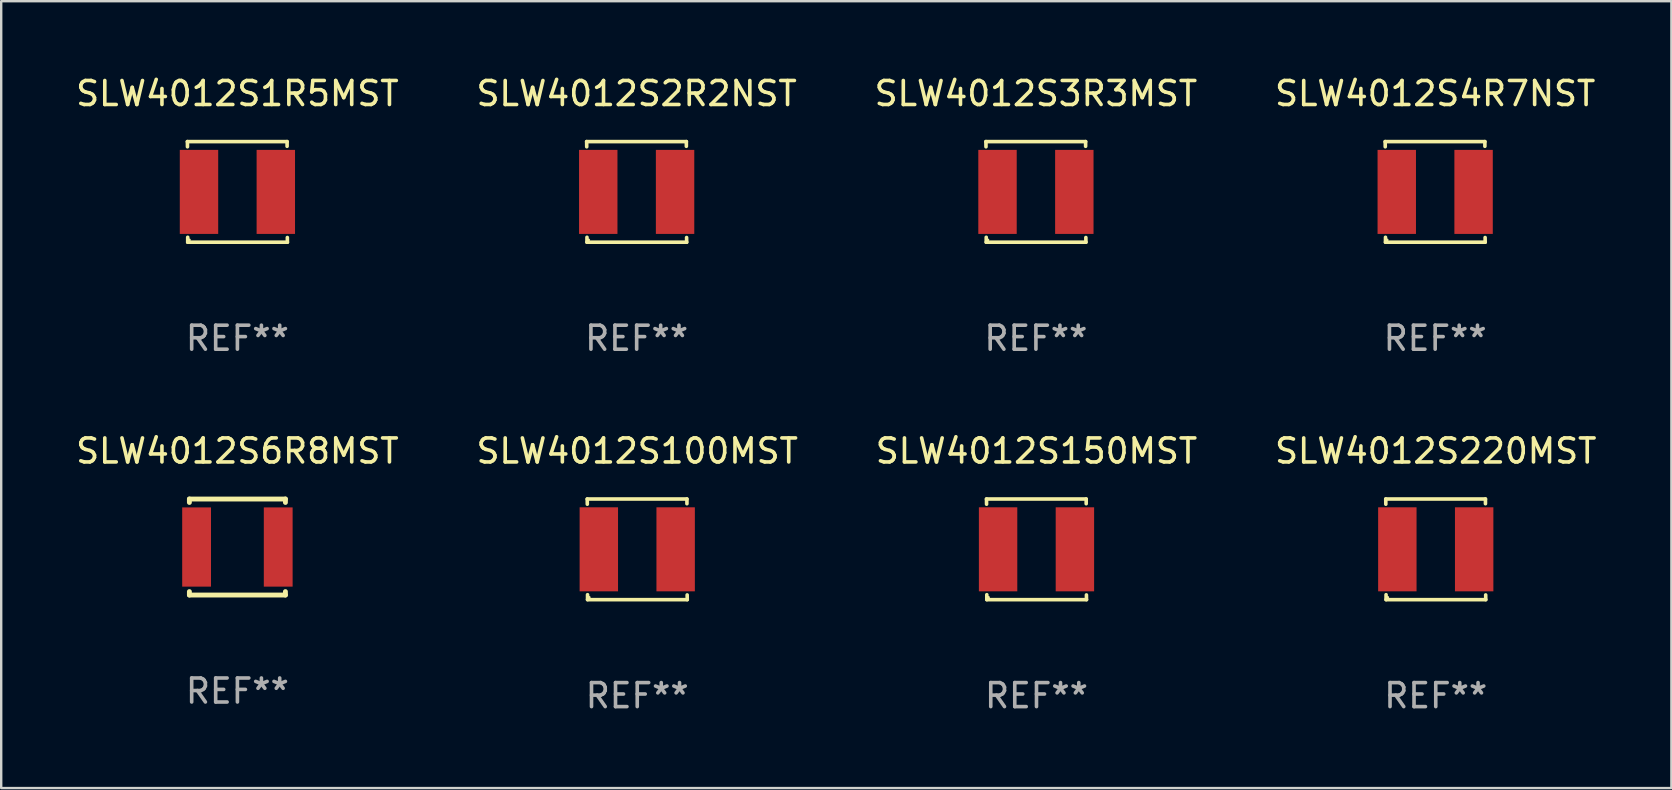
<source format=kicad_pcb>
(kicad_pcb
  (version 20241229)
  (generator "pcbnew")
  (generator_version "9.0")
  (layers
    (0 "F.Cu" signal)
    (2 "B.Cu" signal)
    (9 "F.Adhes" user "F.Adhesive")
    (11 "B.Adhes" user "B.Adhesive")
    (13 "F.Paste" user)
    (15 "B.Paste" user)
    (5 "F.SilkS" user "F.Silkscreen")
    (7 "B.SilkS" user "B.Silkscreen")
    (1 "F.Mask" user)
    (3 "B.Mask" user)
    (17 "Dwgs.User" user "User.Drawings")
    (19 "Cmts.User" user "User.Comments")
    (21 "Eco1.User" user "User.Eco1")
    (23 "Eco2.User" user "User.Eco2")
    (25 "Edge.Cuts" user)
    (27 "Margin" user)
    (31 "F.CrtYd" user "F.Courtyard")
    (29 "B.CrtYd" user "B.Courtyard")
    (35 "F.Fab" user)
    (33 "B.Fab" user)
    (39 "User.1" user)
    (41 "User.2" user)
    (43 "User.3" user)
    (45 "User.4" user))
  (footprint "SLW4012S100MST"
    (layer "F.Cu")
    (at 23.494 19.832)
    (property "Reference" "SLW4012S100MST" (at 0 -4.096 0) (layer "F.SilkS") (effects (font (size 1 1) (thickness 0.15))))
    (attr through_hole)
    (fp_line (start -2.083 -2.096) (end -2.08 -1.88) (stroke (width 0.15) (type solid)) (layer "F.SilkS"))
    (fp_line (start -2.07 1.89) (end -2.07 2.096) (stroke (width 0.15) (type solid)) (layer "F.SilkS"))
    (fp_line (start -2.07 2.096) (end 2.083 2.096) (stroke (width 0.15) (type solid)) (layer "F.SilkS"))
    (fp_line (start 2.07 -1.9) (end 2.07 -2.096) (stroke (width 0.15) (type solid)) (layer "F.SilkS"))
    (fp_line (start 2.07 -2.096) (end -2.083 -2.096) (stroke (width 0.15) (type solid)) (layer "F.SilkS"))
    (fp_line (start 2.083 2.096) (end 2.08 1.9) (stroke (width 0.15) (type solid)) (layer "F.SilkS"))
    (fp_circle (center -2 2) (end -1.97 2) (stroke (width 0.06) (type solid)) (fill no) (layer "F.SilkS"))
    (fp_text user "REF**" (at 0 6.096 0) (layer "F.Fab") (effects (font (size 1 1) (thickness 0.15))))
    (pad "1" smd rect (at -1.6 -0.000343) (size 1.6 3.5) (layers "F.Cu" "F.Mask" "F.Paste"))
    (pad "2" smd rect (at 1.6 -0.000343) (size 1.6 3.5) (layers "F.Cu" "F.Mask" "F.Paste")))
  (footprint "SLW4012S220MST"
    (layer "F.Cu")
    (at 56.756 19.832)
    (property "Reference" "SLW4012S220MST" (at 0 -4.096 0) (layer "F.SilkS") (effects (font (size 1 1) (thickness 0.15))))
    (attr through_hole)
    (fp_line (start -2.083 -2.096) (end -2.08 -1.88) (stroke (width 0.15) (type solid)) (layer "F.SilkS"))
    (fp_line (start -2.07 1.89) (end -2.07 2.096) (stroke (width 0.15) (type solid)) (layer "F.SilkS"))
    (fp_line (start -2.07 2.096) (end 2.083 2.096) (stroke (width 0.15) (type solid)) (layer "F.SilkS"))
    (fp_line (start 2.07 -1.9) (end 2.07 -2.096) (stroke (width 0.15) (type solid)) (layer "F.SilkS"))
    (fp_line (start 2.07 -2.096) (end -2.083 -2.096) (stroke (width 0.15) (type solid)) (layer "F.SilkS"))
    (fp_line (start 2.083 2.096) (end 2.08 1.9) (stroke (width 0.15) (type solid)) (layer "F.SilkS"))
    (fp_circle (center -2 2) (end -1.97 2) (stroke (width 0.06) (type solid)) (fill no) (layer "F.SilkS"))
    (fp_text user "REF**" (at 0 6.096 0) (layer "F.Fab") (effects (font (size 1 1) (thickness 0.15))))
    (pad "1" smd rect (at -1.6 -0.000343) (size 1.6 3.5) (layers "F.Cu" "F.Mask" "F.Paste"))
    (pad "2" smd rect (at 1.6 -0.000343) (size 1.6 3.5) (layers "F.Cu" "F.Mask" "F.Paste")))
  (footprint "SLW4012S6R8MST"
    (layer "F.Cu")
    (at 6.839 19.736)
    (property "Reference" "SLW4012S6R8MST" (at 0 -4 0) (layer "F.SilkS") (effects (font (size 1 1) (thickness 0.15))))
    (attr through_hole)
    (fp_line (start -2 -2) (end 2 -2) (stroke (width 0.203) (type solid)) (layer "F.SilkS"))
    (fp_line (start -2 -1.856) (end -2 -2) (stroke (width 0.203) (type solid)) (layer "F.SilkS"))
    (fp_line (start -2 2) (end -2 1.856) (stroke (width 0.203) (type solid)) (layer "F.SilkS"))
    (fp_line (start -2 2) (end 2 2) (stroke (width 0.203) (type solid)) (layer "F.SilkS"))
    (fp_line (start 2 -2) (end 2 -1.856) (stroke (width 0.203) (type solid)) (layer "F.SilkS"))
    (fp_line (start 2 1.856) (end 2 2) (stroke (width 0.203) (type solid)) (layer "F.SilkS"))
    (fp_circle (center -2 2) (end -1.97 2) (stroke (width 0.06) (type solid)) (fill no) (layer "F.SilkS"))
    (fp_text user "REF**" (at 0 6 0) (layer "F.Fab") (effects (font (size 1 1) (thickness 0.15))))
    (pad "1" smd rect (at -1.7 0 90) (size 3.3 1.2) (layers "F.Cu" "F.Mask" "F.Paste"))
    (pad "2" smd rect (at 1.7 0 90) (size 3.3 1.2) (layers "F.Cu" "F.Mask" "F.Paste")))
  (footprint "SLW4012S2R2NST"
    (layer "F.Cu")
    (at 23.47 4.944)
    (property "Reference" "SLW4012S2R2NST" (at 0 -4.096 0) (layer "F.SilkS") (effects (font (size 1 1) (thickness 0.15))))
    (attr through_hole)
    (fp_line (start -2.083 -2.096) (end -2.08 -1.88) (stroke (width 0.15) (type solid)) (layer "F.SilkS"))
    (fp_line (start -2.07 1.89) (end -2.07 2.096) (stroke (width 0.15) (type solid)) (layer "F.SilkS"))
    (fp_line (start -2.07 2.096) (end 2.083 2.096) (stroke (width 0.15) (type solid)) (layer "F.SilkS"))
    (fp_line (start 2.07 -1.9) (end 2.07 -2.096) (stroke (width 0.15) (type solid)) (layer "F.SilkS"))
    (fp_line (start 2.07 -2.096) (end -2.083 -2.096) (stroke (width 0.15) (type solid)) (layer "F.SilkS"))
    (fp_line (start 2.083 2.096) (end 2.08 1.9) (stroke (width 0.15) (type solid)) (layer "F.SilkS"))
    (fp_circle (center -2 2) (end -1.97 2) (stroke (width 0.06) (type solid)) (fill no) (layer "F.SilkS"))
    (fp_text user "REF**" (at 0 6.096 0) (layer "F.Fab") (effects (font (size 1 1) (thickness 0.15))))
    (pad "1" smd rect (at -1.6 -0.000343) (size 1.6 3.5) (layers "F.Cu" "F.Mask" "F.Paste"))
    (pad "2" smd rect (at 1.6 -0.000343) (size 1.6 3.5) (layers "F.Cu" "F.Mask" "F.Paste")))
  (footprint "SLW4012S3R3MST"
    (layer "F.Cu")
    (at 40.101 4.944)
    (property "Reference" "SLW4012S3R3MST" (at 0 -4.096 0) (layer "F.SilkS") (effects (font (size 1 1) (thickness 0.15))))
    (attr through_hole)
    (fp_line (start -2.083 -2.096) (end -2.08 -1.88) (stroke (width 0.15) (type solid)) (layer "F.SilkS"))
    (fp_line (start -2.07 1.89) (end -2.07 2.096) (stroke (width 0.15) (type solid)) (layer "F.SilkS"))
    (fp_line (start -2.07 2.096) (end 2.083 2.096) (stroke (width 0.15) (type solid)) (layer "F.SilkS"))
    (fp_line (start 2.07 -1.9) (end 2.07 -2.096) (stroke (width 0.15) (type solid)) (layer "F.SilkS"))
    (fp_line (start 2.07 -2.096) (end -2.083 -2.096) (stroke (width 0.15) (type solid)) (layer "F.SilkS"))
    (fp_line (start 2.083 2.096) (end 2.08 1.9) (stroke (width 0.15) (type solid)) (layer "F.SilkS"))
    (fp_circle (center -2 2) (end -1.97 2) (stroke (width 0.06) (type solid)) (fill no) (layer "F.SilkS"))
    (fp_text user "REF**" (at 0 6.096 0) (layer "F.Fab") (effects (font (size 1 1) (thickness 0.15))))
    (pad "1" smd rect (at -1.6 -0.000343) (size 1.6 3.5) (layers "F.Cu" "F.Mask" "F.Paste"))
    (pad "2" smd rect (at 1.6 -0.000343) (size 1.6 3.5) (layers "F.Cu" "F.Mask" "F.Paste")))
  (footprint "SLW4012S4R7NST"
    (layer "F.Cu")
    (at 56.732 4.944)
    (property "Reference" "SLW4012S4R7NST" (at 0 -4.096 0) (layer "F.SilkS") (effects (font (size 1 1) (thickness 0.15))))
    (attr through_hole)
    (fp_line (start -2.083 -2.096) (end -2.08 -1.88) (stroke (width 0.15) (type solid)) (layer "F.SilkS"))
    (fp_line (start -2.07 1.89) (end -2.07 2.096) (stroke (width 0.15) (type solid)) (layer "F.SilkS"))
    (fp_line (start -2.07 2.096) (end 2.083 2.096) (stroke (width 0.15) (type solid)) (layer "F.SilkS"))
    (fp_line (start 2.07 -1.9) (end 2.07 -2.096) (stroke (width 0.15) (type solid)) (layer "F.SilkS"))
    (fp_line (start 2.07 -2.096) (end -2.083 -2.096) (stroke (width 0.15) (type solid)) (layer "F.SilkS"))
    (fp_line (start 2.083 2.096) (end 2.08 1.9) (stroke (width 0.15) (type solid)) (layer "F.SilkS"))
    (fp_circle (center -2 2) (end -1.97 2) (stroke (width 0.06) (type solid)) (fill no) (layer "F.SilkS"))
    (fp_text user "REF**" (at 0 6.096 0) (layer "F.Fab") (effects (font (size 1 1) (thickness 0.15))))
    (pad "1" smd rect (at -1.6 -0.000343) (size 1.6 3.5) (layers "F.Cu" "F.Mask" "F.Paste"))
    (pad "2" smd rect (at 1.6 -0.000343) (size 1.6 3.5) (layers "F.Cu" "F.Mask" "F.Paste")))
  (footprint "SLW4012S150MST"
    (layer "F.Cu")
    (at 40.125 19.832)
    (property "Reference" "SLW4012S150MST" (at 0 -4.096 0) (layer "F.SilkS") (effects (font (size 1 1) (thickness 0.15))))
    (attr through_hole)
    (fp_line (start -2.083 -2.096) (end -2.08 -1.88) (stroke (width 0.15) (type solid)) (layer "F.SilkS"))
    (fp_line (start -2.07 1.89) (end -2.07 2.096) (stroke (width 0.15) (type solid)) (layer "F.SilkS"))
    (fp_line (start -2.07 2.096) (end 2.083 2.096) (stroke (width 0.15) (type solid)) (layer "F.SilkS"))
    (fp_line (start 2.07 -1.9) (end 2.07 -2.096) (stroke (width 0.15) (type solid)) (layer "F.SilkS"))
    (fp_line (start 2.07 -2.096) (end -2.083 -2.096) (stroke (width 0.15) (type solid)) (layer "F.SilkS"))
    (fp_line (start 2.083 2.096) (end 2.08 1.9) (stroke (width 0.15) (type solid)) (layer "F.SilkS"))
    (fp_circle (center -2 2) (end -1.97 2) (stroke (width 0.06) (type solid)) (fill no) (layer "F.SilkS"))
    (fp_text user "REF**" (at 0 6.096 0) (layer "F.Fab") (effects (font (size 1 1) (thickness 0.15))))
    (pad "1" smd rect (at -1.6 -0.000343) (size 1.6 3.5) (layers "F.Cu" "F.Mask" "F.Paste"))
    (pad "2" smd rect (at 1.6 -0.000343) (size 1.6 3.5) (layers "F.Cu" "F.Mask" "F.Paste")))
  (footprint "SLW4012S1R5MST"
    (layer "F.Cu")
    (at 6.839 4.944)
    (property "Reference" "SLW4012S1R5MST" (at 0 -4.096 0) (layer "F.SilkS") (effects (font (size 1 1) (thickness 0.15))))
    (attr through_hole)
    (fp_line (start -2.083 -2.096) (end -2.08 -1.88) (stroke (width 0.15) (type solid)) (layer "F.SilkS"))
    (fp_line (start -2.07 1.89) (end -2.07 2.096) (stroke (width 0.15) (type solid)) (layer "F.SilkS"))
    (fp_line (start -2.07 2.096) (end 2.083 2.096) (stroke (width 0.15) (type solid)) (layer "F.SilkS"))
    (fp_line (start 2.07 -1.9) (end 2.07 -2.096) (stroke (width 0.15) (type solid)) (layer "F.SilkS"))
    (fp_line (start 2.07 -2.096) (end -2.083 -2.096) (stroke (width 0.15) (type solid)) (layer "F.SilkS"))
    (fp_line (start 2.083 2.096) (end 2.08 1.9) (stroke (width 0.15) (type solid)) (layer "F.SilkS"))
    (fp_circle (center -2 2) (end -1.97 2) (stroke (width 0.06) (type solid)) (fill no) (layer "F.SilkS"))
    (fp_text user "REF**" (at 0 6.096 0) (layer "F.Fab") (effects (font (size 1 1) (thickness 0.15))))
    (pad "1" smd rect (at -1.6 -0.000343) (size 1.6 3.5) (layers "F.Cu" "F.Mask" "F.Paste"))
    (pad "2" smd rect (at 1.6 -0.000343) (size 1.6 3.5) (layers "F.Cu" "F.Mask" "F.Paste")))
  (gr_rect
    (start -3 -3)
    (end 66.571 29.776)
    (stroke (width 0.1) (type default))
    (fill no)
    (layer "Edge.Cuts")))
</source>
